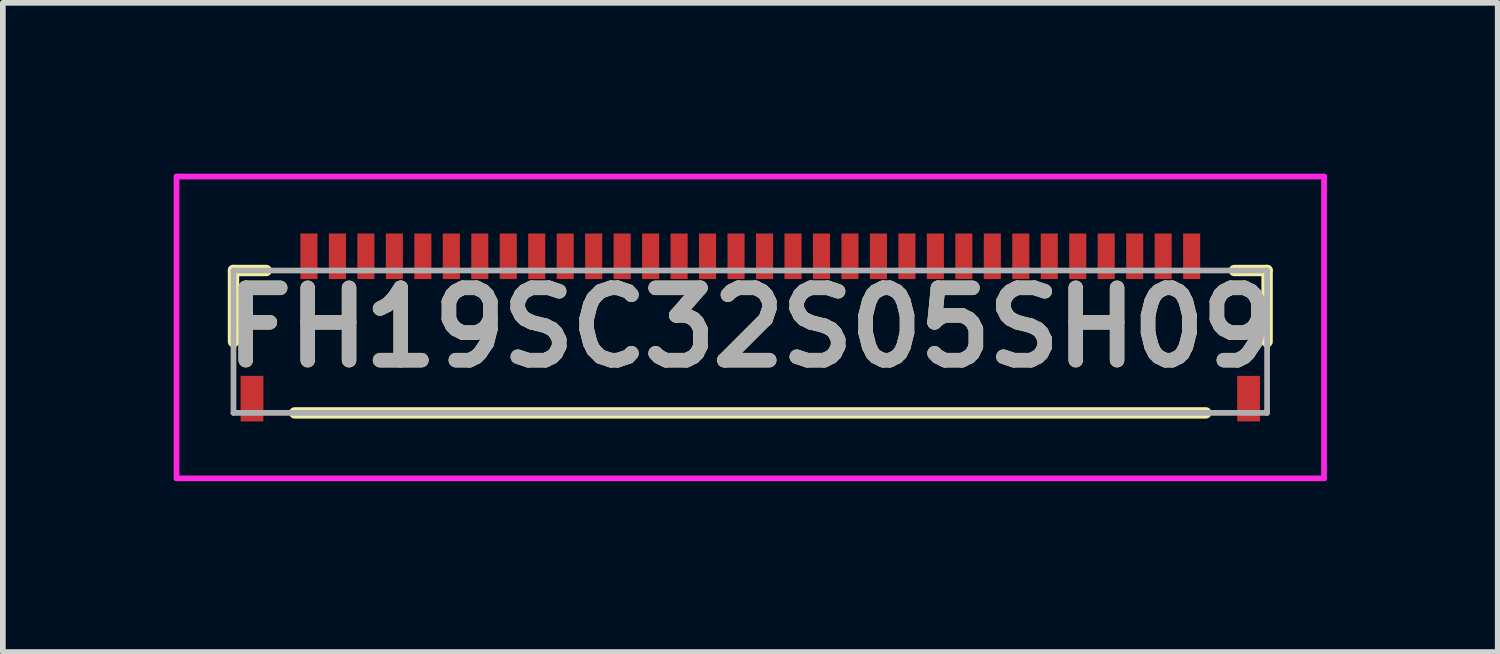
<source format=kicad_pcb>
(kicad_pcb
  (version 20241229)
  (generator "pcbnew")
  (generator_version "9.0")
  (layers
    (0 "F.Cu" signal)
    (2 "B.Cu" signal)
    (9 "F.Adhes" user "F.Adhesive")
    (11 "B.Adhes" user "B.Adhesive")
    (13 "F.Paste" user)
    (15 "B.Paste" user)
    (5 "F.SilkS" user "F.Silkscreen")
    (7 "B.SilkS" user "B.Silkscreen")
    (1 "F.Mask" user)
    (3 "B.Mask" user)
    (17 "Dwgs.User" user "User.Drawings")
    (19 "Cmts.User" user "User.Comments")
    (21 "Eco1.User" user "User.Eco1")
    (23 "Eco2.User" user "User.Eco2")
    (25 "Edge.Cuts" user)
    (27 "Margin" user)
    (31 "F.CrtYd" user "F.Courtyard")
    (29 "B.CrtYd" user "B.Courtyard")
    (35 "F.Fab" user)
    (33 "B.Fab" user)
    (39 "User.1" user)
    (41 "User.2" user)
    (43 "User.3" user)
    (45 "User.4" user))
  (footprint "FH19SC32S05SH09"
    (layer "F.Cu")
    (at 10.125 2.825)
    (property "Reference" "FH19SC32S05SH09" (at 0 -0.125 0) (layer "F.SilkS") (effects (font (size 1.27 1.27) (thickness 0.254))))
    (attr smd)
    (fp_line (start -9.075 -1.125) (end -9.075 0.125) (stroke (width 0.2) (type solid)) (layer "F.SilkS"))
    (fp_line (start -8.5 -1.125) (end -9.075 -1.125) (stroke (width 0.2) (type solid)) (layer "F.SilkS"))
    (fp_line (start -8 1.375) (end 8 1.375) (stroke (width 0.2) (type solid)) (layer "F.SilkS"))
    (fp_line (start 8.5 -1.125) (end 9.075 -1.125) (stroke (width 0.2) (type solid)) (layer "F.SilkS"))
    (fp_line (start 9.075 -1.125) (end 9.075 0.125) (stroke (width 0.2) (type solid)) (layer "F.SilkS"))
    (fp_line (start -10.075 -2.775) (end 10.075 -2.775) (stroke (width 0.1) (type solid)) (layer "F.CrtYd"))
    (fp_line (start -10.075 2.525) (end -10.075 -2.775) (stroke (width 0.1) (type solid)) (layer "F.CrtYd"))
    (fp_line (start 10.075 -2.775) (end 10.075 2.525) (stroke (width 0.1) (type solid)) (layer "F.CrtYd"))
    (fp_line (start 10.075 2.525) (end -10.075 2.525) (stroke (width 0.1) (type solid)) (layer "F.CrtYd"))
    (fp_line (start -9.075 -1.125) (end -9.075 1.375) (stroke (width 0.1) (type solid)) (layer "F.Fab"))
    (fp_line (start -9.075 1.375) (end 9.075 1.375) (stroke (width 0.1) (type solid)) (layer "F.Fab"))
    (fp_line (start 9.075 -1.125) (end -9.075 -1.125) (stroke (width 0.1) (type solid)) (layer "F.Fab"))
    (fp_line (start 9.075 1.375) (end 9.075 -1.125) (stroke (width 0.1) (type solid)) (layer "F.Fab"))
    (fp_text user "${REFERENCE}" (at 0 -0.125 0) (layer "F.Fab") (effects (font (size 1.27 1.27) (thickness 0.254))))
    (pad "1" smd rect (at -7.75 -1.375) (size 0.3 0.8) (layers "F.Cu" "F.Mask" "F.Paste"))
    (pad "2" smd rect (at -7.25 -1.375) (size 0.3 0.8) (layers "F.Cu" "F.Mask" "F.Paste"))
    (pad "3" smd rect (at -6.75 -1.375) (size 0.3 0.8) (layers "F.Cu" "F.Mask" "F.Paste"))
    (pad "4" smd rect (at -6.25 -1.375) (size 0.3 0.8) (layers "F.Cu" "F.Mask" "F.Paste"))
    (pad "5" smd rect (at -5.75 -1.375) (size 0.3 0.8) (layers "F.Cu" "F.Mask" "F.Paste"))
    (pad "6" smd rect (at -5.25 -1.375) (size 0.3 0.8) (layers "F.Cu" "F.Mask" "F.Paste"))
    (pad "7" smd rect (at -4.75 -1.375) (size 0.3 0.8) (layers "F.Cu" "F.Mask" "F.Paste"))
    (pad "8" smd rect (at -4.25 -1.375) (size 0.3 0.8) (layers "F.Cu" "F.Mask" "F.Paste"))
    (pad "9" smd rect (at -3.75 -1.375) (size 0.3 0.8) (layers "F.Cu" "F.Mask" "F.Paste"))
    (pad "10" smd rect (at -3.25 -1.375) (size 0.3 0.8) (layers "F.Cu" "F.Mask" "F.Paste"))
    (pad "11" smd rect (at -2.75 -1.375) (size 0.3 0.8) (layers "F.Cu" "F.Mask" "F.Paste"))
    (pad "12" smd rect (at -2.25 -1.375) (size 0.3 0.8) (layers "F.Cu" "F.Mask" "F.Paste"))
    (pad "13" smd rect (at -1.75 -1.375) (size 0.3 0.8) (layers "F.Cu" "F.Mask" "F.Paste"))
    (pad "14" smd rect (at -1.25 -1.375) (size 0.3 0.8) (layers "F.Cu" "F.Mask" "F.Paste"))
    (pad "15" smd rect (at -0.75 -1.375) (size 0.3 0.8) (layers "F.Cu" "F.Mask" "F.Paste"))
    (pad "16" smd rect (at -0.25 -1.375) (size 0.3 0.8) (layers "F.Cu" "F.Mask" "F.Paste"))
    (pad "17" smd rect (at 0.25 -1.375) (size 0.3 0.8) (layers "F.Cu" "F.Mask" "F.Paste"))
    (pad "18" smd rect (at 0.75 -1.375) (size 0.3 0.8) (layers "F.Cu" "F.Mask" "F.Paste"))
    (pad "19" smd rect (at 1.25 -1.375) (size 0.3 0.8) (layers "F.Cu" "F.Mask" "F.Paste"))
    (pad "20" smd rect (at 1.75 -1.375) (size 0.3 0.8) (layers "F.Cu" "F.Mask" "F.Paste"))
    (pad "21" smd rect (at 2.25 -1.375) (size 0.3 0.8) (layers "F.Cu" "F.Mask" "F.Paste"))
    (pad "22" smd rect (at 2.75 -1.375) (size 0.3 0.8) (layers "F.Cu" "F.Mask" "F.Paste"))
    (pad "23" smd rect (at 3.25 -1.375) (size 0.3 0.8) (layers "F.Cu" "F.Mask" "F.Paste"))
    (pad "24" smd rect (at 3.75 -1.375) (size 0.3 0.8) (layers "F.Cu" "F.Mask" "F.Paste"))
    (pad "25" smd rect (at 4.25 -1.375) (size 0.3 0.8) (layers "F.Cu" "F.Mask" "F.Paste"))
    (pad "26" smd rect (at 4.75 -1.375) (size 0.3 0.8) (layers "F.Cu" "F.Mask" "F.Paste"))
    (pad "27" smd rect (at 5.25 -1.375) (size 0.3 0.8) (layers "F.Cu" "F.Mask" "F.Paste"))
    (pad "28" smd rect (at 5.75 -1.375) (size 0.3 0.8) (layers "F.Cu" "F.Mask" "F.Paste"))
    (pad "29" smd rect (at 6.25 -1.375) (size 0.3 0.8) (layers "F.Cu" "F.Mask" "F.Paste"))
    (pad "30" smd rect (at 6.75 -1.375) (size 0.3 0.8) (layers "F.Cu" "F.Mask" "F.Paste"))
    (pad "31" smd rect (at 7.25 -1.375) (size 0.3 0.8) (layers "F.Cu" "F.Mask" "F.Paste"))
    (pad "32" smd rect (at 7.75 -1.375) (size 0.3 0.8) (layers "F.Cu" "F.Mask" "F.Paste"))
    (pad "MP1" smd rect (at -8.75 1.125) (size 0.4 0.8) (layers "F.Cu" "F.Mask" "F.Paste"))
    (pad "MP2" smd rect (at 8.75 1.125) (size 0.4 0.8) (layers "F.Cu" "F.Mask" "F.Paste")))
  (gr_rect
    (start -3 -3)
    (end 23.25 8.4)
    (stroke (width 0.1) (type default))
    (fill no)
    (layer "Edge.Cuts")))
</source>
